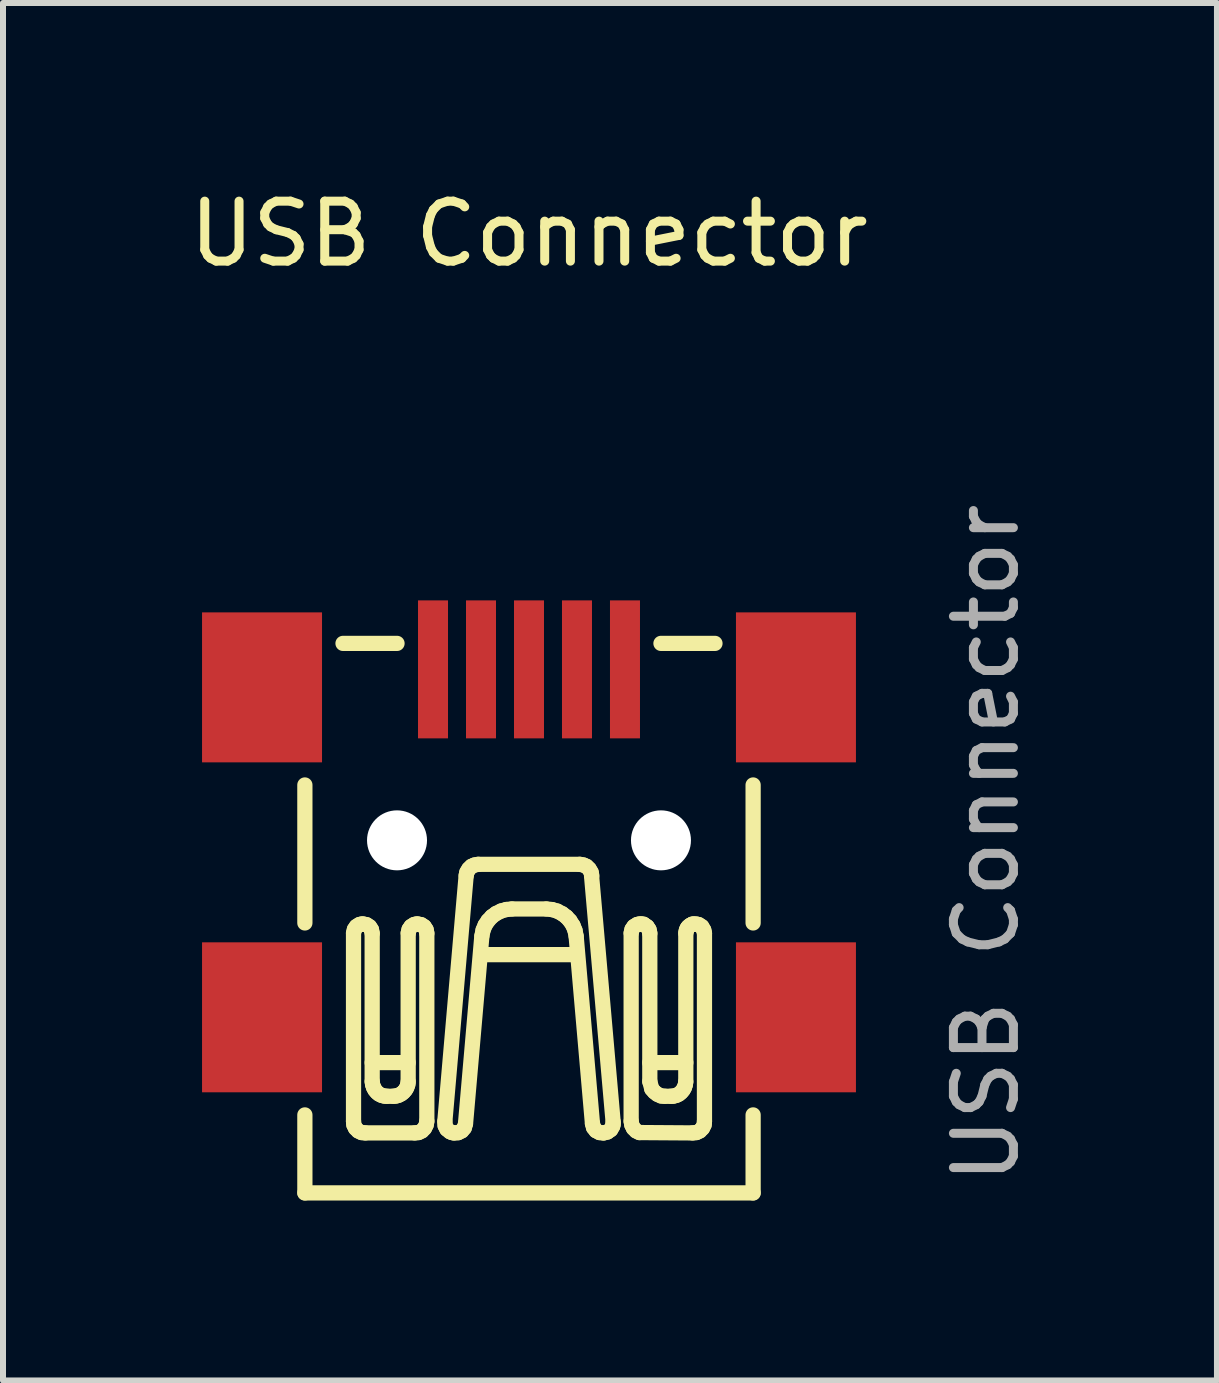
<source format=kicad_pcb>
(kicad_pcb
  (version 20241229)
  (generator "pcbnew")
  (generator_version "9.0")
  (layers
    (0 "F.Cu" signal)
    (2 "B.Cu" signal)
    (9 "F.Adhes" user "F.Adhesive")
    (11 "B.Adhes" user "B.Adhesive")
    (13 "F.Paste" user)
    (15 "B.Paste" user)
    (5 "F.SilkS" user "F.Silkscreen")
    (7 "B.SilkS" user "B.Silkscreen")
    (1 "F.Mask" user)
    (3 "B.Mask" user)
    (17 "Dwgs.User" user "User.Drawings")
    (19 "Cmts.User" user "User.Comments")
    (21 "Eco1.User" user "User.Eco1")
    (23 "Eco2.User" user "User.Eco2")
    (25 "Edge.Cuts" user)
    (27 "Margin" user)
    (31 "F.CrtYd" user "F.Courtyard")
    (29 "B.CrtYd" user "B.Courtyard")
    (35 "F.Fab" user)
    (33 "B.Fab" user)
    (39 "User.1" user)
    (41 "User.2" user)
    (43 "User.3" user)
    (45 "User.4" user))
  (footprint "USB Connector"
    (layer "F.Cu")
    (at 5.768 11.008)
    (property "Reference" "USB Connector" (at 0 -10.16 0) (unlocked yes) (layer "F.SilkS") (effects (font (size 1 1) (thickness 0.15))))
    (attr smd)
    (fp_line (start -3.736 1.327) (end -3.736 -0.973) (stroke (width 0.254) (type solid)) (layer "F.SilkS"))
    (fp_line (start -3.736 5.827) (end -3.736 4.527) (stroke (width 0.254) (type solid)) (layer "F.SilkS"))
    (fp_line (start -3.736 5.827) (end 3.736 5.827) (stroke (width 0.254) (type solid)) (layer "F.SilkS"))
    (fp_line (start -3.1 -3.333) (end -2.2 -3.333) (stroke (width 0.254) (type solid)) (layer "F.SilkS"))
    (fp_line (start -2.925 4.633) (end -2.925 1.499) (stroke (width 0.254) (type solid)) (layer "F.SilkS"))
    (fp_line (start -2.925 4.633) (end -2.919 4.694) (stroke (width 0.254) (type solid)) (layer "F.SilkS"))
    (fp_line (start -2.919 4.694) (end -2.892 4.749) (stroke (width 0.254) (type solid)) (layer "F.SilkS"))
    (fp_line (start -2.91 1.434) (end -2.925 1.493) (stroke (width 0.254) (type solid)) (layer "F.SilkS"))
    (fp_line (start -2.892 4.749) (end -2.847 4.794) (stroke (width 0.254) (type solid)) (layer "F.SilkS"))
    (fp_line (start -2.877 1.386) (end -2.91 1.434) (stroke (width 0.254) (type solid)) (layer "F.SilkS"))
    (fp_line (start -2.847 4.794) (end -2.791 4.821) (stroke (width 0.254) (type solid)) (layer "F.SilkS"))
    (fp_line (start -2.827 1.354) (end -2.877 1.386) (stroke (width 0.254) (type solid)) (layer "F.SilkS"))
    (fp_line (start -2.796 1.346) (end -2.827 1.354) (stroke (width 0.254) (type solid)) (layer "F.SilkS"))
    (fp_line (start -2.791 4.821) (end -2.73 4.827) (stroke (width 0.254) (type solid)) (layer "F.SilkS"))
    (fp_line (start -2.765 1.344) (end -2.796 1.346) (stroke (width 0.254) (type solid)) (layer "F.SilkS"))
    (fp_line (start -2.708 1.356) (end -2.765 1.344) (stroke (width 0.254) (type solid)) (layer "F.SilkS"))
    (fp_line (start -2.658 1.389) (end -2.708 1.356) (stroke (width 0.254) (type solid)) (layer "F.SilkS"))
    (fp_line (start -2.626 1.438) (end -2.658 1.389) (stroke (width 0.254) (type solid)) (layer "F.SilkS"))
    (fp_line (start -2.614 1.499) (end -2.626 1.438) (stroke (width 0.254) (type solid)) (layer "F.SilkS"))
    (fp_line (start -2.614 3.971) (end -2.614 1.499) (stroke (width 0.254) (type solid)) (layer "F.SilkS"))
    (fp_line (start -2.614 3.971) (end -2.607 4.02) (stroke (width 0.254) (type solid)) (layer "F.SilkS"))
    (fp_line (start -2.607 4.02) (end -2.591 4.068) (stroke (width 0.254) (type solid)) (layer "F.SilkS"))
    (fp_line (start -2.591 4.068) (end -2.567 4.112) (stroke (width 0.254) (type solid)) (layer "F.SilkS"))
    (fp_line (start -2.567 4.112) (end -2.535 4.15) (stroke (width 0.254) (type solid)) (layer "F.SilkS"))
    (fp_line (start -2.535 4.15) (end -2.5 4.179) (stroke (width 0.254) (type solid)) (layer "F.SilkS"))
    (fp_line (start -2.5 4.179) (end -2.456 4.201) (stroke (width 0.254) (type solid)) (layer "F.SilkS"))
    (fp_line (start -2.456 4.201) (end -2.412 4.213) (stroke (width 0.254) (type solid)) (layer "F.SilkS"))
    (fp_line (start -2.412 4.213) (end -2.368 4.216) (stroke (width 0.254) (type solid)) (layer "F.SilkS"))
    (fp_line (start -2.264 4.216) (end -2.364 4.216) (stroke (width 0.254) (type solid)) (layer "F.SilkS"))
    (fp_line (start -2.264 4.216) (end -2.217 4.212) (stroke (width 0.254) (type solid)) (layer "F.SilkS"))
    (fp_line (start -2.217 4.212) (end -2.173 4.199) (stroke (width 0.254) (type solid)) (layer "F.SilkS"))
    (fp_line (start -2.173 4.199) (end -2.129 4.176) (stroke (width 0.254) (type solid)) (layer "F.SilkS"))
    (fp_line (start -2.129 4.176) (end -2.093 4.147) (stroke (width 0.254) (type solid)) (layer "F.SilkS"))
    (fp_line (start -2.093 4.147) (end -2.06 4.109) (stroke (width 0.254) (type solid)) (layer "F.SilkS"))
    (fp_line (start -2.06 4.109) (end -2.037 4.069) (stroke (width 0.254) (type solid)) (layer "F.SilkS"))
    (fp_line (start -2.037 4.069) (end -2.02 4.021) (stroke (width 0.254) (type solid)) (layer "F.SilkS"))
    (fp_line (start -2.02 4.021) (end -2.014 3.975) (stroke (width 0.254) (type solid)) (layer "F.SilkS"))
    (fp_line (start -2.014 3.655) (end -2.614 3.655) (stroke (width 0.254) (type solid)) (layer "F.SilkS"))
    (fp_line (start -2.014 3.971) (end -2.014 1.499) (stroke (width 0.254) (type solid)) (layer "F.SilkS"))
    (fp_line (start -1.999 1.434) (end -2.013 1.493) (stroke (width 0.254) (type solid)) (layer "F.SilkS"))
    (fp_line (start -1.966 1.386) (end -1.999 1.434) (stroke (width 0.254) (type solid)) (layer "F.SilkS"))
    (fp_line (start -1.916 1.354) (end -1.966 1.386) (stroke (width 0.254) (type solid)) (layer "F.SilkS"))
    (fp_line (start -1.903 4.827) (end -2.73 4.827) (stroke (width 0.254) (type solid)) (layer "F.SilkS"))
    (fp_line (start -1.903 4.827) (end -1.842 4.821) (stroke (width 0.254) (type solid)) (layer "F.SilkS"))
    (fp_line (start -1.885 1.346) (end -1.916 1.354) (stroke (width 0.254) (type solid)) (layer "F.SilkS"))
    (fp_line (start -1.854 1.344) (end -1.885 1.346) (stroke (width 0.254) (type solid)) (layer "F.SilkS"))
    (fp_line (start -1.842 4.821) (end -1.786 4.794) (stroke (width 0.254) (type solid)) (layer "F.SilkS"))
    (fp_line (start -1.797 1.356) (end -1.854 1.344) (stroke (width 0.254) (type solid)) (layer "F.SilkS"))
    (fp_line (start -1.786 4.794) (end -1.742 4.749) (stroke (width 0.254) (type solid)) (layer "F.SilkS"))
    (fp_line (start -1.747 1.389) (end -1.797 1.356) (stroke (width 0.254) (type solid)) (layer "F.SilkS"))
    (fp_line (start -1.742 4.749) (end -1.714 4.694) (stroke (width 0.254) (type solid)) (layer "F.SilkS"))
    (fp_line (start -1.715 1.438) (end -1.747 1.389) (stroke (width 0.254) (type solid)) (layer "F.SilkS"))
    (fp_line (start -1.714 4.694) (end -1.703 4.633) (stroke (width 0.254) (type solid)) (layer "F.SilkS"))
    (fp_line (start -1.703 1.499) (end -1.715 1.438) (stroke (width 0.254) (type solid)) (layer "F.SilkS"))
    (fp_line (start -1.703 4.633) (end -1.703 1.499) (stroke (width 0.254) (type solid)) (layer "F.SilkS"))
    (fp_line (start -1.403 4.638) (end -1.398 4.707) (stroke (width 0.254) (type solid)) (layer "F.SilkS"))
    (fp_line (start -1.403 4.638) (end -1.047 0.533) (stroke (width 0.254) (type solid)) (layer "F.SilkS"))
    (fp_line (start -1.398 4.707) (end -1.369 4.765) (stroke (width 0.254) (type solid)) (layer "F.SilkS"))
    (fp_line (start -1.369 4.765) (end -1.317 4.807) (stroke (width 0.254) (type solid)) (layer "F.SilkS"))
    (fp_line (start -1.317 4.807) (end -1.283 4.821) (stroke (width 0.254) (type solid)) (layer "F.SilkS"))
    (fp_line (start -1.283 4.821) (end -1.248 4.828) (stroke (width 0.254) (type solid)) (layer "F.SilkS"))
    (fp_line (start -1.248 4.828) (end -1.181 4.823) (stroke (width 0.254) (type solid)) (layer "F.SilkS"))
    (fp_line (start -1.181 4.823) (end -1.121 4.793) (stroke (width 0.254) (type solid)) (layer "F.SilkS"))
    (fp_line (start -1.121 4.793) (end -1.079 4.744) (stroke (width 0.254) (type solid)) (layer "F.SilkS"))
    (fp_line (start -1.079 4.744) (end -1.059 4.678) (stroke (width 0.254) (type solid)) (layer "F.SilkS"))
    (fp_line (start -1.058 4.672) (end -0.786 1.549) (stroke (width 0.254) (type solid)) (layer "F.SilkS"))
    (fp_line (start -1.036 0.483) (end -1.047 0.538) (stroke (width 0.254) (type solid)) (layer "F.SilkS"))
    (fp_line (start -1.003 0.427) (end -1.036 0.483) (stroke (width 0.254) (type solid)) (layer "F.SilkS"))
    (fp_line (start -0.958 0.383) (end -1.003 0.427) (stroke (width 0.254) (type solid)) (layer "F.SilkS"))
    (fp_line (start -0.908 0.361) (end -0.958 0.383) (stroke (width 0.254) (type solid)) (layer "F.SilkS"))
    (fp_line (start -0.847 0.35) (end -0.908 0.361) (stroke (width 0.254) (type solid)) (layer "F.SilkS"))
    (fp_line (start -0.847 0.35) (end 0.847 0.35) (stroke (width 0.254) (type solid)) (layer "F.SilkS"))
    (fp_line (start -0.765 1.445) (end -0.785 1.542) (stroke (width 0.254) (type solid)) (layer "F.SilkS"))
    (fp_line (start -0.731 1.363) (end -0.765 1.445) (stroke (width 0.254) (type solid)) (layer "F.SilkS"))
    (fp_line (start -0.683 1.29) (end -0.731 1.363) (stroke (width 0.254) (type solid)) (layer "F.SilkS"))
    (fp_line (start -0.619 1.221) (end -0.683 1.29) (stroke (width 0.254) (type solid)) (layer "F.SilkS"))
    (fp_line (start -0.548 1.169) (end -0.619 1.221) (stroke (width 0.254) (type solid)) (layer "F.SilkS"))
    (fp_line (start -0.463 1.127) (end -0.548 1.169) (stroke (width 0.254) (type solid)) (layer "F.SilkS"))
    (fp_line (start -0.377 1.103) (end -0.463 1.127) (stroke (width 0.254) (type solid)) (layer "F.SilkS"))
    (fp_line (start -0.286 1.094) (end -0.377 1.103) (stroke (width 0.254) (type solid)) (layer "F.SilkS"))
    (fp_line (start 0.286 1.094) (end -0.286 1.094) (stroke (width 0.254) (type solid)) (layer "F.SilkS"))
    (fp_line (start 0.384 1.104) (end 0.294 1.094) (stroke (width 0.254) (type solid)) (layer "F.SilkS"))
    (fp_line (start 0.47 1.129) (end 0.384 1.104) (stroke (width 0.254) (type solid)) (layer "F.SilkS"))
    (fp_line (start 0.554 1.173) (end 0.47 1.129) (stroke (width 0.254) (type solid)) (layer "F.SilkS"))
    (fp_line (start 0.624 1.226) (end 0.554 1.173) (stroke (width 0.254) (type solid)) (layer "F.SilkS"))
    (fp_line (start 0.683 1.29) (end 0.624 1.226) (stroke (width 0.254) (type solid)) (layer "F.SilkS"))
    (fp_line (start 0.734 1.37) (end 0.683 1.29) (stroke (width 0.254) (type solid)) (layer "F.SilkS"))
    (fp_line (start 0.767 1.452) (end 0.734 1.37) (stroke (width 0.254) (type solid)) (layer "F.SilkS"))
    (fp_line (start 0.786 1.549) (end 0.767 1.452) (stroke (width 0.254) (type solid)) (layer "F.SilkS"))
    (fp_line (start 0.786 1.855) (end -0.786 1.855) (stroke (width 0.254) (type solid)) (layer "F.SilkS"))
    (fp_line (start 0.908 0.361) (end 0.847 0.35) (stroke (width 0.254) (type solid)) (layer "F.SilkS"))
    (fp_line (start 0.958 0.383) (end 0.908 0.361) (stroke (width 0.254) (type solid)) (layer "F.SilkS"))
    (fp_line (start 1.003 0.427) (end 0.958 0.383) (stroke (width 0.254) (type solid)) (layer "F.SilkS"))
    (fp_line (start 1.036 0.483) (end 1.003 0.427) (stroke (width 0.254) (type solid)) (layer "F.SilkS"))
    (fp_line (start 1.047 0.538) (end 1.036 0.483) (stroke (width 0.254) (type solid)) (layer "F.SilkS"))
    (fp_line (start 1.058 4.672) (end 0.786 1.549) (stroke (width 0.254) (type solid)) (layer "F.SilkS"))
    (fp_line (start 1.058 4.672) (end 1.076 4.738) (stroke (width 0.254) (type solid)) (layer "F.SilkS"))
    (fp_line (start 1.076 4.738) (end 1.117 4.79) (stroke (width 0.254) (type solid)) (layer "F.SilkS"))
    (fp_line (start 1.117 4.79) (end 1.176 4.821) (stroke (width 0.254) (type solid)) (layer "F.SilkS"))
    (fp_line (start 1.176 4.821) (end 1.242 4.828) (stroke (width 0.254) (type solid)) (layer "F.SilkS"))
    (fp_line (start 1.242 4.828) (end 1.307 4.812) (stroke (width 0.254) (type solid)) (layer "F.SilkS"))
    (fp_line (start 1.307 4.812) (end 1.362 4.773) (stroke (width 0.254) (type solid)) (layer "F.SilkS"))
    (fp_line (start 1.362 4.773) (end 1.394 4.718) (stroke (width 0.254) (type solid)) (layer "F.SilkS"))
    (fp_line (start 1.394 4.718) (end 1.402 4.684) (stroke (width 0.254) (type solid)) (layer "F.SilkS"))
    (fp_line (start 1.402 4.638) (end 1.042 0.533) (stroke (width 0.254) (type solid)) (layer "F.SilkS"))
    (fp_line (start 1.402 4.684) (end 1.403 4.645) (stroke (width 0.254) (type solid)) (layer "F.SilkS"))
    (fp_line (start 1.703 4.633) (end 1.703 1.499) (stroke (width 0.254) (type solid)) (layer "F.SilkS"))
    (fp_line (start 1.703 4.633) (end 1.714 4.694) (stroke (width 0.254) (type solid)) (layer "F.SilkS"))
    (fp_line (start 1.714 4.694) (end 1.741 4.749) (stroke (width 0.254) (type solid)) (layer "F.SilkS"))
    (fp_line (start 1.717 1.434) (end 1.703 1.493) (stroke (width 0.254) (type solid)) (layer "F.SilkS"))
    (fp_line (start 1.741 4.749) (end 1.786 4.794) (stroke (width 0.254) (type solid)) (layer "F.SilkS"))
    (fp_line (start 1.75 1.386) (end 1.717 1.434) (stroke (width 0.254) (type solid)) (layer "F.SilkS"))
    (fp_line (start 1.786 4.794) (end 1.841 4.821) (stroke (width 0.254) (type solid)) (layer "F.SilkS"))
    (fp_line (start 1.801 1.354) (end 1.75 1.386) (stroke (width 0.254) (type solid)) (layer "F.SilkS"))
    (fp_line (start 1.831 1.346) (end 1.801 1.354) (stroke (width 0.254) (type solid)) (layer "F.SilkS"))
    (fp_line (start 1.841 4.821) (end 2.73 4.827) (stroke (width 0.254) (type solid)) (layer "F.SilkS"))
    (fp_line (start 1.863 1.344) (end 1.831 1.346) (stroke (width 0.254) (type solid)) (layer "F.SilkS"))
    (fp_line (start 1.903 1.344) (end 1.897 1.344) (stroke (width 0.254) (type solid)) (layer "F.SilkS"))
    (fp_line (start 1.92 1.356) (end 1.863 1.344) (stroke (width 0.254) (type solid)) (layer "F.SilkS"))
    (fp_line (start 1.969 1.389) (end 1.92 1.356) (stroke (width 0.254) (type solid)) (layer "F.SilkS"))
    (fp_line (start 2.001 1.438) (end 1.969 1.389) (stroke (width 0.254) (type solid)) (layer "F.SilkS"))
    (fp_line (start 2.014 1.499) (end 2.001 1.438) (stroke (width 0.254) (type solid)) (layer "F.SilkS"))
    (fp_line (start 2.014 1.499) (end 2.014 3.971) (stroke (width 0.254) (type solid)) (layer "F.SilkS"))
    (fp_line (start 2.014 3.655) (end 2.614 3.655) (stroke (width 0.254) (type solid)) (layer "F.SilkS"))
    (fp_line (start 2.014 3.971) (end 2.047 4.094) (stroke (width 0.254) (type solid)) (layer "F.SilkS"))
    (fp_line (start 2.047 4.094) (end 2.091 4.144) (stroke (width 0.254) (type solid)) (layer "F.SilkS"))
    (fp_line (start 2.091 4.144) (end 2.141 4.183) (stroke (width 0.254) (type solid)) (layer "F.SilkS"))
    (fp_line (start 2.141 4.183) (end 2.202 4.211) (stroke (width 0.254) (type solid)) (layer "F.SilkS"))
    (fp_line (start 2.2 -3.333) (end 3.1 -3.333) (stroke (width 0.254) (type solid)) (layer "F.SilkS"))
    (fp_line (start 2.202 4.211) (end 2.264 4.216) (stroke (width 0.254) (type solid)) (layer "F.SilkS"))
    (fp_line (start 2.264 4.216) (end 2.364 4.216) (stroke (width 0.254) (type solid)) (layer "F.SilkS"))
    (fp_line (start 2.364 4.216) (end 2.408 4.214) (stroke (width 0.254) (type solid)) (layer "F.SilkS"))
    (fp_line (start 2.408 4.214) (end 2.456 4.201) (stroke (width 0.254) (type solid)) (layer "F.SilkS"))
    (fp_line (start 2.456 4.201) (end 2.497 4.181) (stroke (width 0.254) (type solid)) (layer "F.SilkS"))
    (fp_line (start 2.497 4.181) (end 2.535 4.15) (stroke (width 0.254) (type solid)) (layer "F.SilkS"))
    (fp_line (start 2.535 4.15) (end 2.567 4.112) (stroke (width 0.254) (type solid)) (layer "F.SilkS"))
    (fp_line (start 2.567 4.112) (end 2.59 4.072) (stroke (width 0.254) (type solid)) (layer "F.SilkS"))
    (fp_line (start 2.59 4.072) (end 2.606 4.024) (stroke (width 0.254) (type solid)) (layer "F.SilkS"))
    (fp_line (start 2.606 4.024) (end 2.613 3.976) (stroke (width 0.254) (type solid)) (layer "F.SilkS"))
    (fp_line (start 2.614 3.971) (end 2.614 1.499) (stroke (width 0.254) (type solid)) (layer "F.SilkS"))
    (fp_line (start 2.622 1.453) (end 2.614 1.496) (stroke (width 0.254) (type solid)) (layer "F.SilkS"))
    (fp_line (start 2.636 1.418) (end 2.622 1.453) (stroke (width 0.254) (type solid)) (layer "F.SilkS"))
    (fp_line (start 2.655 1.392) (end 2.636 1.418) (stroke (width 0.254) (type solid)) (layer "F.SilkS"))
    (fp_line (start 2.685 1.367) (end 2.655 1.392) (stroke (width 0.254) (type solid)) (layer "F.SilkS"))
    (fp_line (start 2.716 1.352) (end 2.685 1.367) (stroke (width 0.254) (type solid)) (layer "F.SilkS"))
    (fp_line (start 2.73 1.344) (end 2.725 1.344) (stroke (width 0.254) (type solid)) (layer "F.SilkS"))
    (fp_line (start 2.73 4.827) (end 2.791 4.821) (stroke (width 0.254) (type solid)) (layer "F.SilkS"))
    (fp_line (start 2.753 1.345) (end 2.716 1.352) (stroke (width 0.254) (type solid)) (layer "F.SilkS"))
    (fp_line (start 2.791 4.821) (end 2.847 4.794) (stroke (width 0.254) (type solid)) (layer "F.SilkS"))
    (fp_line (start 2.794 1.346) (end 2.753 1.345) (stroke (width 0.254) (type solid)) (layer "F.SilkS"))
    (fp_line (start 2.83 1.355) (end 2.794 1.346) (stroke (width 0.254) (type solid)) (layer "F.SilkS"))
    (fp_line (start 2.847 4.794) (end 2.891 4.749) (stroke (width 0.254) (type solid)) (layer "F.SilkS"))
    (fp_line (start 2.88 1.388) (end 2.83 1.355) (stroke (width 0.254) (type solid)) (layer "F.SilkS"))
    (fp_line (start 2.891 4.749) (end 2.919 4.694) (stroke (width 0.254) (type solid)) (layer "F.SilkS"))
    (fp_line (start 2.913 1.444) (end 2.88 1.388) (stroke (width 0.254) (type solid)) (layer "F.SilkS"))
    (fp_line (start 2.919 4.694) (end 2.925 4.633) (stroke (width 0.254) (type solid)) (layer "F.SilkS"))
    (fp_line (start 2.925 1.499) (end 2.913 1.444) (stroke (width 0.254) (type solid)) (layer "F.SilkS"))
    (fp_line (start 2.925 4.633) (end 2.925 1.499) (stroke (width 0.254) (type solid)) (layer "F.SilkS"))
    (fp_line (start 3.736 1.327) (end 3.736 -0.973) (stroke (width 0.254) (type solid)) (layer "F.SilkS"))
    (fp_line (start 3.736 5.827) (end 3.736 4.527) (stroke (width 0.254) (type solid)) (layer "F.SilkS"))
    (fp_circle (center -2.2 -0.05) (end -2.2 -0.25) (stroke (width 0.4) (type solid)) (fill no) (layer "Cmts.User"))
    (fp_circle (center 2.2 -0.05) (end 2.2 -0.25) (stroke (width 0.4) (type solid)) (fill no) (layer "Cmts.User"))
    (fp_text user "${REFERENCE}" (at 7.62 0 90) (unlocked yes) (layer "F.Fab") (effects (font (size 1 1) (thickness 0.15))))
    (pad "" np_thru_hole circle (at -2.2 -0.05) (size 1 1) (drill 1) (layers "*.Cu" "*.Mask"))
    (pad "" np_thru_hole circle (at 2.2 -0.05) (size 1 1) (drill 1) (layers "*.Cu" "*.Mask"))
    (pad "1" smd rect (at -1.6 -2.9 90) (size 2.3 0.5) (layers "F.Cu" "F.Mask" "F.Paste"))
    (pad "2" smd rect (at -0.8 -2.9 90) (size 2.3 0.5) (layers "F.Cu" "F.Mask" "F.Paste"))
    (pad "3" smd rect (at 0 -2.9 90) (size 2.3 0.5) (layers "F.Cu" "F.Mask" "F.Paste"))
    (pad "4" smd rect (at 0.8 -2.9 90) (size 2.3 0.5) (layers "F.Cu" "F.Mask" "F.Paste"))
    (pad "5" smd rect (at 1.6 -2.9 90) (size 2.3 0.5) (layers "F.Cu" "F.Mask" "F.Paste"))
    (pad "SH1" smd rect (at -4.45 -2.6 270) (size 2.5 2) (layers "F.Cu" "F.Mask" "F.Paste"))
    (pad "SH2" smd rect (at -4.45 2.9 270) (size 2.5 2) (layers "F.Cu" "F.Mask" "F.Paste"))
    (pad "SH3" smd rect (at 4.45 -2.6 270) (size 2.5 2) (layers "F.Cu" "F.Mask" "F.Paste"))
    (pad "SH4" smd rect (at 4.45 2.9 270) (size 2.5 2) (layers "F.Cu" "F.Mask" "F.Paste")))
  (gr_rect
    (start -3 -3)
    (end 17.236 19.962)
    (stroke (width 0.1) (type default))
    (fill no)
    (layer "Edge.Cuts")))
</source>
